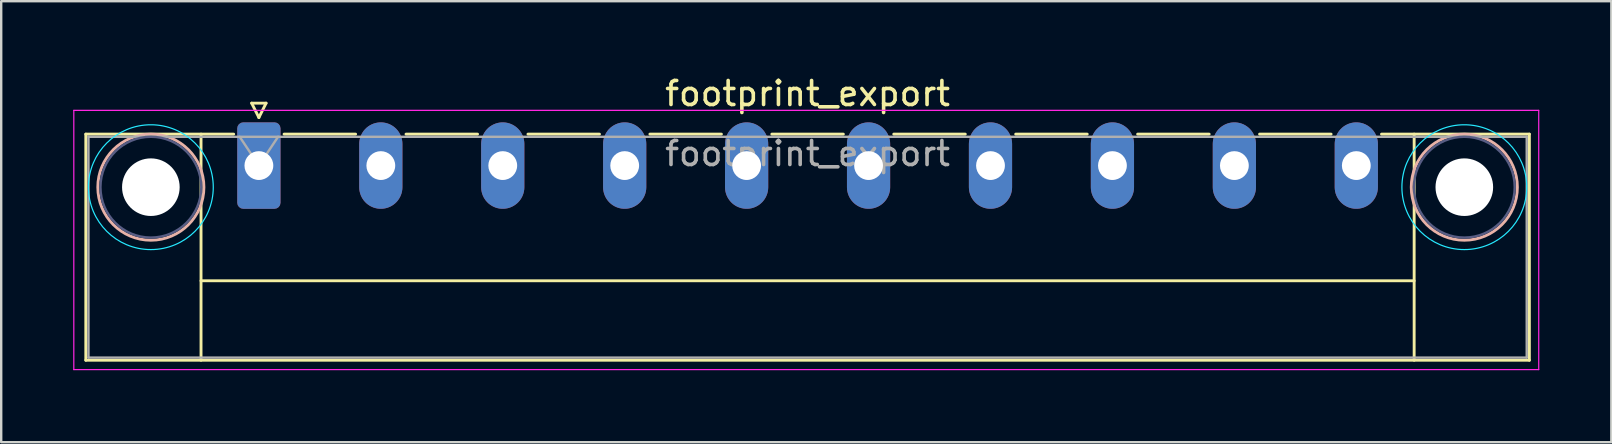
<source format=kicad_pcb>
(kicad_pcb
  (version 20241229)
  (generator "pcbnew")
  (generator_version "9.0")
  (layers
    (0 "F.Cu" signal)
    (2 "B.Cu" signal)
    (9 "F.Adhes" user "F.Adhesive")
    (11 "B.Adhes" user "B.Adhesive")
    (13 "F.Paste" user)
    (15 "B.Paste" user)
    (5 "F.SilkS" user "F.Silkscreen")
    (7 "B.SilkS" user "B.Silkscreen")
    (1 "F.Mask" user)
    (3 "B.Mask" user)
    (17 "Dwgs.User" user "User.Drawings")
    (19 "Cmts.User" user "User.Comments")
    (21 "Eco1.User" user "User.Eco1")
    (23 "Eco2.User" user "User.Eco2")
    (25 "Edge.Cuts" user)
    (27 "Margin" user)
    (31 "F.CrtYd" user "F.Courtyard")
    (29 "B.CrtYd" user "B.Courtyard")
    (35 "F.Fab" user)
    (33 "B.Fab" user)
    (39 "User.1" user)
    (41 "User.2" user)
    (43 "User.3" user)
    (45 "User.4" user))
  (footprint "footprint_export"
    (layer "F.Cu")
    (at 7.735 3.848)
    (property "Reference" "footprint_export" (at 22.86 -3 0) (layer "F.SilkS") (effects (font (size 1 1) (thickness 0.15))))
    (attr through_hole)
    (fp_line (start -7.21 -1.31) (end -7.21 8.11) (stroke (width 0.12) (type solid)) (layer "F.SilkS"))
    (fp_line (start -7.21 -1.31) (end -1.05 -1.31) (stroke (width 0.12) (type solid)) (layer "F.SilkS"))
    (fp_line (start -7.21 8.11) (end 52.93 8.11) (stroke (width 0.12) (type solid)) (layer "F.SilkS"))
    (fp_line (start -2.41 -1.31) (end -2.41 8.11) (stroke (width 0.12) (type solid)) (layer "F.SilkS"))
    (fp_line (start -2.41 4.8) (end 48.13 4.8) (stroke (width 0.12) (type solid)) (layer "F.SilkS"))
    (fp_line (start -0.3 -2.6) (end 0.3 -2.6) (stroke (width 0.12) (type solid)) (layer "F.SilkS"))
    (fp_line (start 0 -2) (end -0.3 -2.6) (stroke (width 0.12) (type solid)) (layer "F.SilkS"))
    (fp_line (start 0.3 -2.6) (end 0 -2) (stroke (width 0.12) (type solid)) (layer "F.SilkS"))
    (fp_line (start 1.05 -1.31) (end 4.03 -1.31) (stroke (width 0.12) (type solid)) (layer "F.SilkS"))
    (fp_line (start 6.13 -1.31) (end 9.11 -1.31) (stroke (width 0.12) (type solid)) (layer "F.SilkS"))
    (fp_line (start 11.21 -1.31) (end 14.19 -1.31) (stroke (width 0.12) (type solid)) (layer "F.SilkS"))
    (fp_line (start 16.29 -1.31) (end 19.27 -1.31) (stroke (width 0.12) (type solid)) (layer "F.SilkS"))
    (fp_line (start 21.37 -1.31) (end 24.35 -1.31) (stroke (width 0.12) (type solid)) (layer "F.SilkS"))
    (fp_line (start 26.45 -1.31) (end 29.43 -1.31) (stroke (width 0.12) (type solid)) (layer "F.SilkS"))
    (fp_line (start 31.53 -1.31) (end 34.51 -1.31) (stroke (width 0.12) (type solid)) (layer "F.SilkS"))
    (fp_line (start 36.61 -1.31) (end 39.59 -1.31) (stroke (width 0.12) (type solid)) (layer "F.SilkS"))
    (fp_line (start 41.69 -1.31) (end 44.67 -1.31) (stroke (width 0.12) (type solid)) (layer "F.SilkS"))
    (fp_line (start 48.13 -1.31) (end 48.13 8.11) (stroke (width 0.12) (type solid)) (layer "F.SilkS"))
    (fp_line (start 52.93 -1.31) (end 46.77 -1.31) (stroke (width 0.12) (type solid)) (layer "F.SilkS"))
    (fp_line (start 52.93 8.11) (end 52.93 -1.31) (stroke (width 0.12) (type solid)) (layer "F.SilkS"))
    (fp_circle (center -4.5 0.9) (end -2.29 0.9) (stroke (width 0.12) (type solid)) (fill no) (layer "B.SilkS"))
    (fp_circle (center 50.22 0.9) (end 52.43 0.9) (stroke (width 0.12) (type solid)) (fill no) (layer "B.SilkS"))
    (fp_circle (center -4.5 0.9) (end -1.9 0.9) (stroke (width 0.05) (type solid)) (fill no) (layer "B.CrtYd"))
    (fp_circle (center 50.22 0.9) (end 52.82 0.9) (stroke (width 0.05) (type solid)) (fill no) (layer "B.CrtYd"))
    (fp_line (start -7.71 -2.3) (end -7.71 8.5) (stroke (width 0.05) (type solid)) (layer "F.CrtYd"))
    (fp_line (start -7.71 8.5) (end 53.32 8.5) (stroke (width 0.05) (type solid)) (layer "F.CrtYd"))
    (fp_line (start 53.32 -2.3) (end -7.71 -2.3) (stroke (width 0.05) (type solid)) (layer "F.CrtYd"))
    (fp_line (start 53.32 8.5) (end 53.32 -2.3) (stroke (width 0.05) (type solid)) (layer "F.CrtYd"))
    (fp_circle (center -4.5 0.9) (end -2.4 0.9) (stroke (width 0.1) (type solid)) (fill no) (layer "B.Fab"))
    (fp_circle (center 50.22 0.9) (end 52.32 0.9) (stroke (width 0.1) (type solid)) (fill no) (layer "B.Fab"))
    (fp_line (start -7.1 -1.2) (end -7.1 8) (stroke (width 0.1) (type solid)) (layer "F.Fab"))
    (fp_line (start -7.1 8) (end 52.82 8) (stroke (width 0.1) (type solid)) (layer "F.Fab"))
    (fp_line (start 0 0) (end -0.8 -1.2) (stroke (width 0.1) (type solid)) (layer "F.Fab"))
    (fp_line (start 0.8 -1.2) (end 0 0) (stroke (width 0.1) (type solid)) (layer "F.Fab"))
    (fp_line (start 52.82 -1.2) (end -7.1 -1.2) (stroke (width 0.1) (type solid)) (layer "F.Fab"))
    (fp_line (start 52.82 8) (end 52.82 -1.2) (stroke (width 0.1) (type solid)) (layer "F.Fab"))
    (fp_text user "${REFERENCE}" (at 22.86 -0.5 0) (layer "F.Fab") (effects (font (size 1 1) (thickness 0.15))))
    (pad "" np_thru_hole circle (at -4.5 0.9) (size 2.4 2.4) (drill 2.4) (layers "*.Cu" "*.Mask"))
    (pad "" np_thru_hole circle (at 50.22 0.9) (size 2.4 2.4) (drill 2.4) (layers "*.Cu" "*.Mask"))
    (pad "1" thru_hole roundrect (at 0 0) (size 1.8 3.6) (drill 1.2) (layers "*.Cu" "*.Mask") (roundrect_rratio 0.139))
    (pad "2" thru_hole oval (at 5.08 0) (size 1.8 3.6) (drill 1.2) (layers "*.Cu" "*.Mask"))
    (pad "3" thru_hole oval (at 10.16 0) (size 1.8 3.6) (drill 1.2) (layers "*.Cu" "*.Mask"))
    (pad "4" thru_hole oval (at 15.24 0) (size 1.8 3.6) (drill 1.2) (layers "*.Cu" "*.Mask"))
    (pad "5" thru_hole oval (at 20.32 0) (size 1.8 3.6) (drill 1.2) (layers "*.Cu" "*.Mask"))
    (pad "6" thru_hole oval (at 25.4 0) (size 1.8 3.6) (drill 1.2) (layers "*.Cu" "*.Mask"))
    (pad "7" thru_hole oval (at 30.48 0) (size 1.8 3.6) (drill 1.2) (layers "*.Cu" "*.Mask"))
    (pad "8" thru_hole oval (at 35.56 0) (size 1.8 3.6) (drill 1.2) (layers "*.Cu" "*.Mask"))
    (pad "9" thru_hole oval (at 40.64 0) (size 1.8 3.6) (drill 1.2) (layers "*.Cu" "*.Mask"))
    (pad "10" thru_hole oval (at 45.72 0) (size 1.8 3.6) (drill 1.2) (layers "*.Cu" "*.Mask")))
  (gr_rect
    (start -3 -3)
    (end 64.08 15.373)
    (stroke (width 0.1) (type default))
    (fill no)
    (layer "Edge.Cuts")))
</source>
